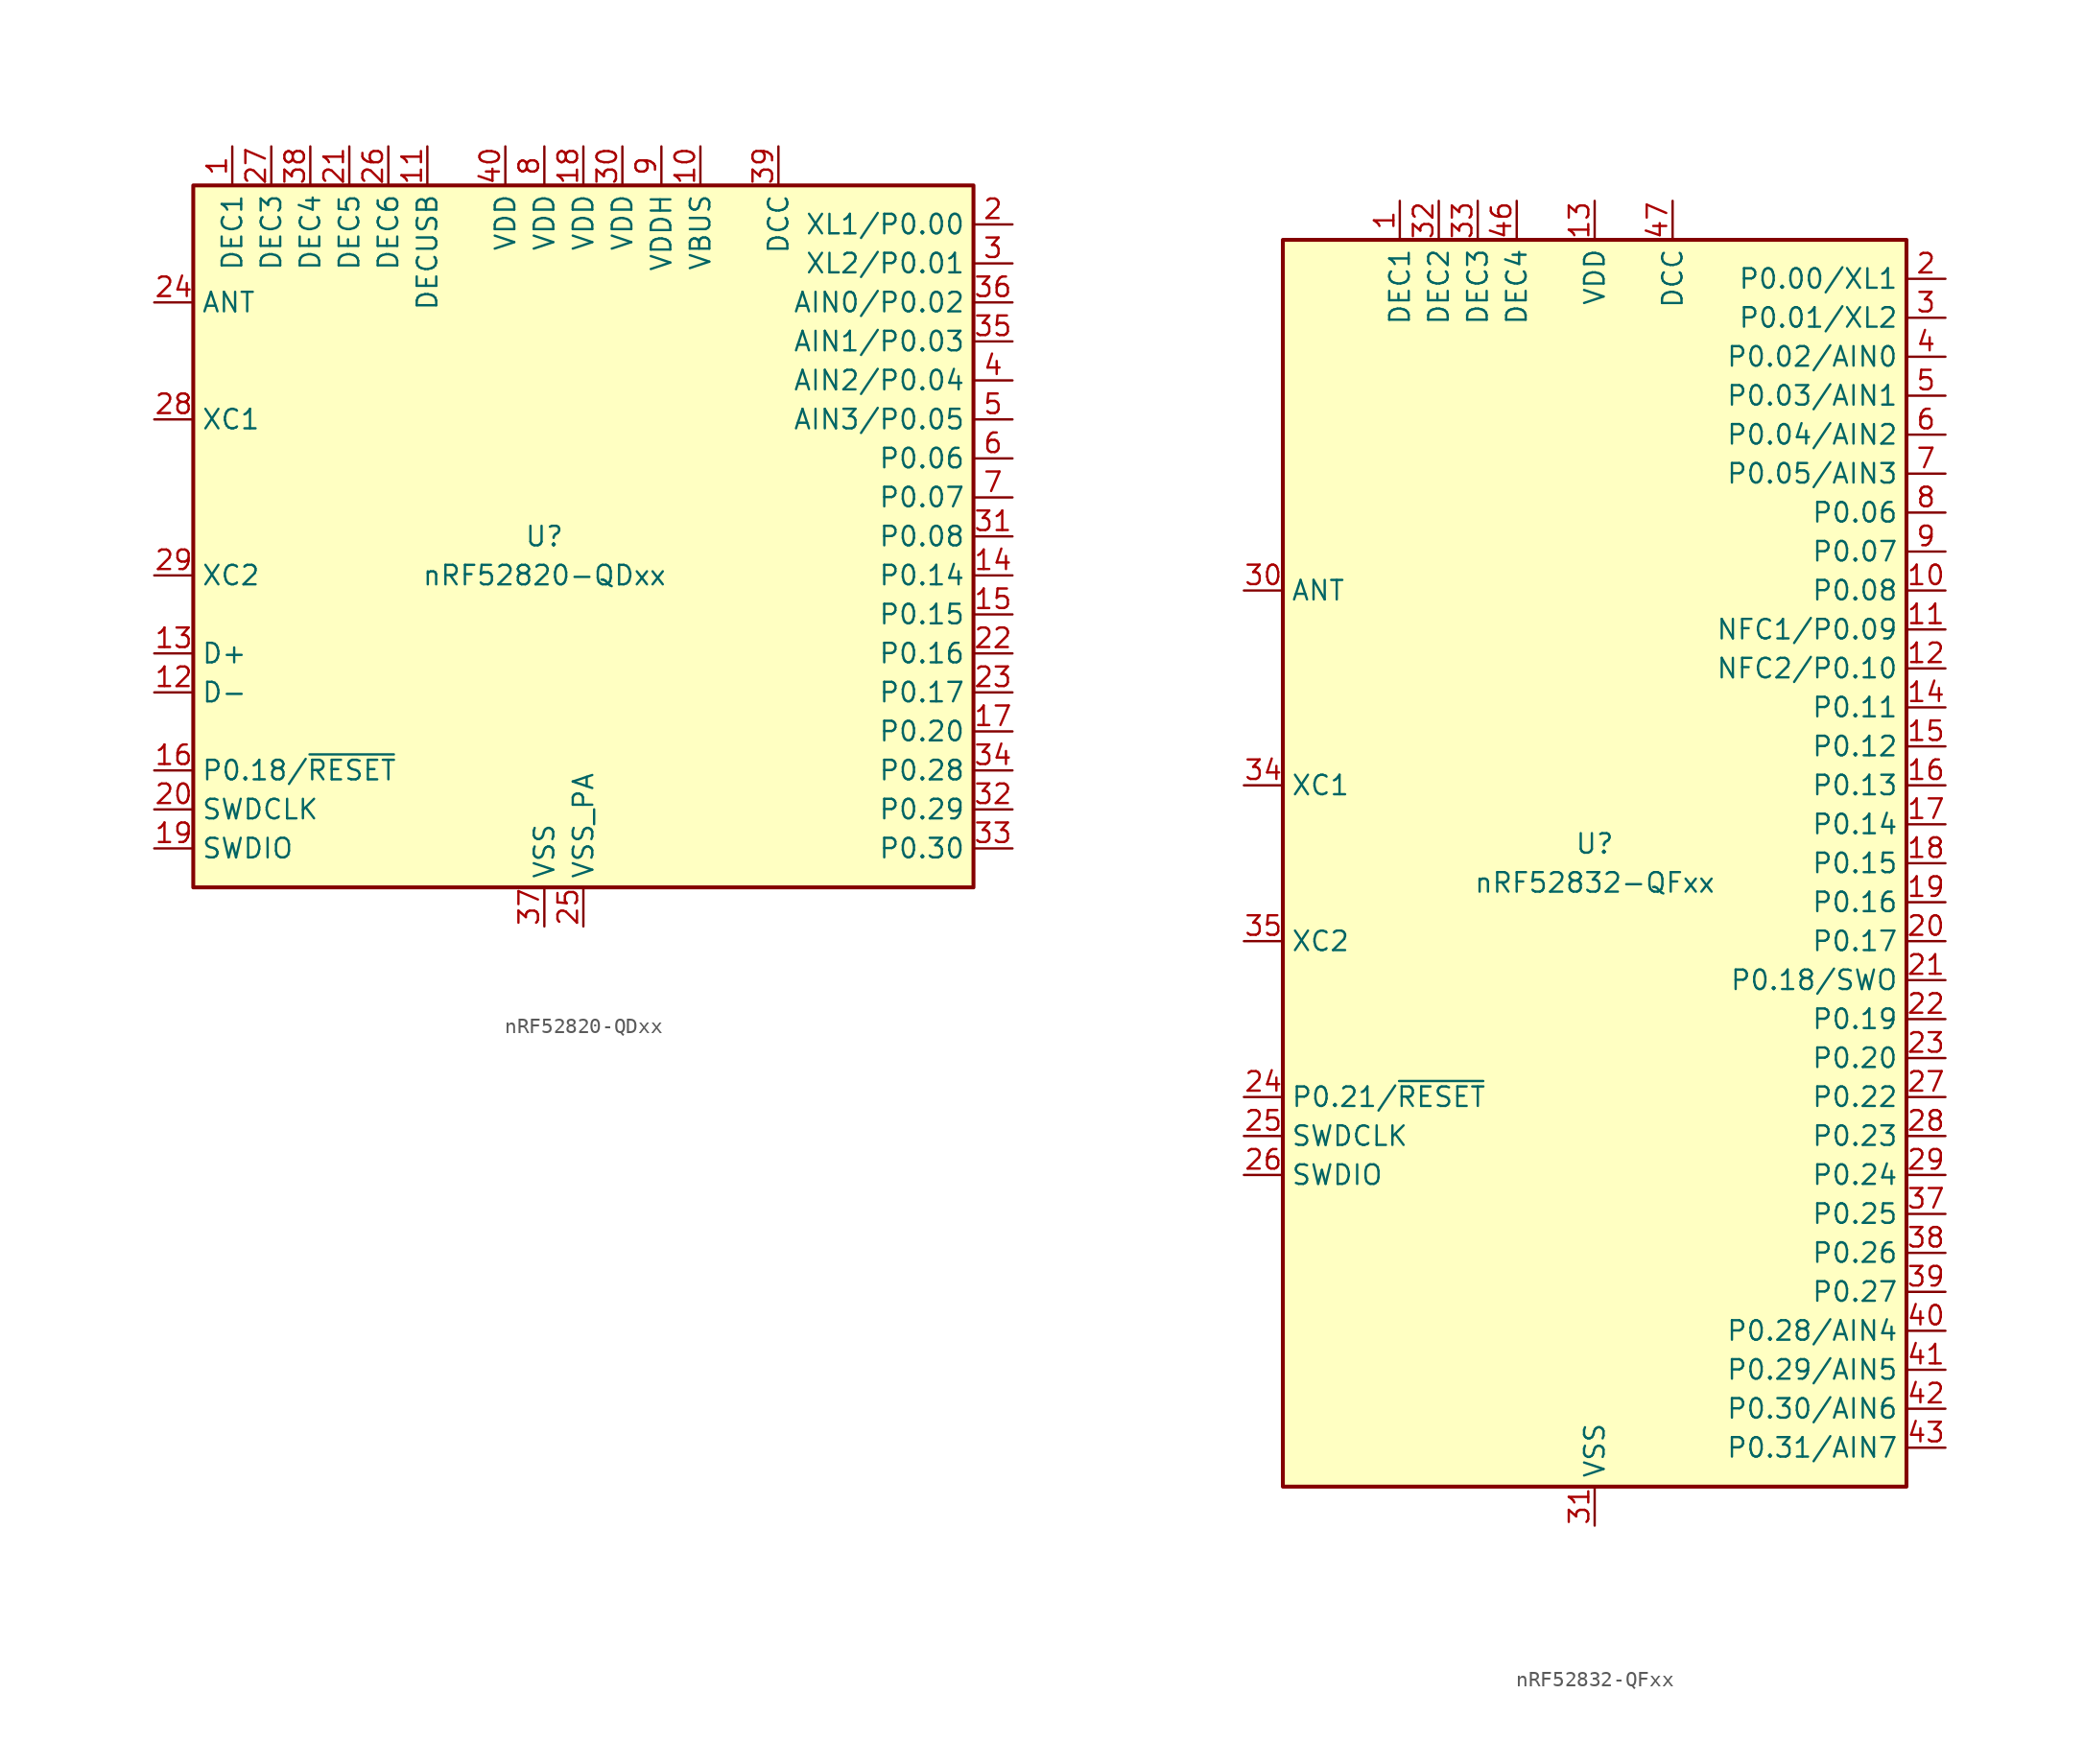
<source format=kicad_sym>
(kicad_symbol_lib
  (version 20220914)
  (generator kicad_symbol_editor)
  (symbol "nRF52820-QDxx"
    (property "Reference" "U"
      (at -2.54 0 0)
      (effects (font (size 1.27 1.27))))
    (property "Value" "nRF52820-QDxx"
      (at -2.54 -2.54 0)
      (effects (font (size 1.27 1.27))))
    (symbol "nRF52820-QDxx_0_1"
      (rectangle (start -25.4 22.86) (end 25.4 -22.86) (stroke (width 0.254) (type default)) (fill (type background))))
    (symbol "nRF52820-QDxx_1_1"
      (pin passive line (at -22.86 25.4 270) (length 2.54) (name "DEC1" (effects (font (size 1.27 1.27)))) (number "1" (effects (font (size 1.27 1.27)))))
      (pin power_in line (at 7.62 25.4 270) (length 2.54) (name "VBUS" (effects (font (size 1.27 1.27)))) (number "10" (effects (font (size 1.27 1.27)))))
      (pin passive line (at -10.16 25.4 270) (length 2.54) (name "DECUSB" (effects (font (size 1.27 1.27)))) (number "11" (effects (font (size 1.27 1.27)))))
      (pin bidirectional line (at -27.94 -10.16 0) (length 2.54) (name "D-" (effects (font (size 1.27 1.27)))) (number "12" (effects (font (size 1.27 1.27)))))
      (pin bidirectional line (at -27.94 -7.62 0) (length 2.54) (name "D+" (effects (font (size 1.27 1.27)))) (number "13" (effects (font (size 1.27 1.27)))))
      (pin bidirectional line (at 27.94 -2.54 180) (length 2.54) (name "P0.14" (effects (font (size 1.27 1.27)))) (number "14" (effects (font (size 1.27 1.27)))))
      (pin bidirectional line (at 27.94 -5.08 180) (length 2.54) (name "P0.15" (effects (font (size 1.27 1.27)))) (number "15" (effects (font (size 1.27 1.27)))))
      (pin bidirectional line (at -27.94 -15.24 0) (length 2.54) (name "P0.18/~{RESET}" (effects (font (size 1.27 1.27)))) (number "16" (effects (font (size 1.27 1.27)))))
      (pin bidirectional line (at 27.94 -12.7 180) (length 2.54) (name "P0.20" (effects (font (size 1.27 1.27)))) (number "17" (effects (font (size 1.27 1.27)))))
      (pin power_in line (at 0 25.4 270) (length 2.54) (name "VDD" (effects (font (size 1.27 1.27)))) (number "18" (effects (font (size 1.27 1.27)))))
      (pin bidirectional line (at -27.94 -20.32 0) (length 2.54) (name "SWDIO" (effects (font (size 1.27 1.27)))) (number "19" (effects (font (size 1.27 1.27)))))
      (pin bidirectional line (at 27.94 20.32 180) (length 2.54) (name "XL1/P0.00" (effects (font (size 1.27 1.27)))) (number "2" (effects (font (size 1.27 1.27)))))
      (pin input line (at -27.94 -17.78 0) (length 2.54) (name "SWDCLK" (effects (font (size 1.27 1.27)))) (number "20" (effects (font (size 1.27 1.27)))))
      (pin passive line (at -15.24 25.4 270) (length 2.54) (name "DEC5" (effects (font (size 1.27 1.27)))) (number "21" (effects (font (size 1.27 1.27)))))
      (pin bidirectional line (at 27.94 -7.62 180) (length 2.54) (name "P0.16" (effects (font (size 1.27 1.27)))) (number "22" (effects (font (size 1.27 1.27)))))
      (pin bidirectional line (at 27.94 -10.16 180) (length 2.54) (name "P0.17" (effects (font (size 1.27 1.27)))) (number "23" (effects (font (size 1.27 1.27)))))
      (pin passive line (at -27.94 15.24 0) (length 2.54) (name "ANT" (effects (font (size 1.27 1.27)))) (number "24" (effects (font (size 1.27 1.27)))))
      (pin power_in line (at 0 -25.4 90) (length 2.54) (name "VSS_PA" (effects (font (size 1.27 1.27)))) (number "25" (effects (font (size 1.27 1.27)))))
      (pin passive line (at -12.7 25.4 270) (length 2.54) (name "DEC6" (effects (font (size 1.27 1.27)))) (number "26" (effects (font (size 1.27 1.27)))))
      (pin passive line (at -20.32 25.4 270) (length 2.54) (name "DEC3" (effects (font (size 1.27 1.27)))) (number "27" (effects (font (size 1.27 1.27)))))
      (pin input line (at -27.94 7.62 0) (length 2.54) (name "XC1" (effects (font (size 1.27 1.27)))) (number "28" (effects (font (size 1.27 1.27)))))
      (pin input line (at -27.94 -2.54 0) (length 2.54) (name "XC2" (effects (font (size 1.27 1.27)))) (number "29" (effects (font (size 1.27 1.27)))))
      (pin bidirectional line (at 27.94 17.78 180) (length 2.54) (name "XL2/P0.01" (effects (font (size 1.27 1.27)))) (number "3" (effects (font (size 1.27 1.27)))))
      (pin power_in line (at 2.54 25.4 270) (length 2.54) (name "VDD" (effects (font (size 1.27 1.27)))) (number "30" (effects (font (size 1.27 1.27)))))
      (pin bidirectional line (at 27.94 0 180) (length 2.54) (name "P0.08" (effects (font (size 1.27 1.27)))) (number "31" (effects (font (size 1.27 1.27)))))
      (pin bidirectional line (at 27.94 -17.78 180) (length 2.54) (name "P0.29" (effects (font (size 1.27 1.27)))) (number "32" (effects (font (size 1.27 1.27)))))
      (pin bidirectional line (at 27.94 -20.32 180) (length 2.54) (name "P0.30" (effects (font (size 1.27 1.27)))) (number "33" (effects (font (size 1.27 1.27)))))
      (pin bidirectional line (at 27.94 -15.24 180) (length 2.54) (name "P0.28" (effects (font (size 1.27 1.27)))) (number "34" (effects (font (size 1.27 1.27)))))
      (pin bidirectional line (at 27.94 12.7 180) (length 2.54) (name "AIN1/P0.03" (effects (font (size 1.27 1.27)))) (number "35" (effects (font (size 1.27 1.27)))))
      (pin bidirectional line (at 27.94 15.24 180) (length 2.54) (name "AIN0/P0.02" (effects (font (size 1.27 1.27)))) (number "36" (effects (font (size 1.27 1.27)))))
      (pin power_in line (at -2.54 -25.4 90) (length 2.54) (name "VSS" (effects (font (size 1.27 1.27)))) (number "37" (effects (font (size 1.27 1.27)))))
      (pin passive line (at -17.78 25.4 270) (length 2.54) (name "DEC4" (effects (font (size 1.27 1.27)))) (number "38" (effects (font (size 1.27 1.27)))))
      (pin power_out line (at 12.7 25.4 270) (length 2.54) (name "DCC" (effects (font (size 1.27 1.27)))) (number "39" (effects (font (size 1.27 1.27)))))
      (pin bidirectional line (at 27.94 10.16 180) (length 2.54) (name "AIN2/P0.04" (effects (font (size 1.27 1.27)))) (number "4" (effects (font (size 1.27 1.27)))))
      (pin power_in line (at -5.08 25.4 270) (length 2.54) (name "VDD" (effects (font (size 1.27 1.27)))) (number "40" (effects (font (size 1.27 1.27)))))
      (pin passive line (at -2.54 -25.4 90) (length 2.54) hide (name "VSS" (effects (font (size 1.27 1.27)))) (number "41" (effects (font (size 1.27 1.27)))))
      (pin bidirectional line (at 27.94 7.62 180) (length 2.54) (name "AIN3/P0.05" (effects (font (size 1.27 1.27)))) (number "5" (effects (font (size 1.27 1.27)))))
      (pin bidirectional line (at 27.94 5.08 180) (length 2.54) (name "P0.06" (effects (font (size 1.27 1.27)))) (number "6" (effects (font (size 1.27 1.27)))))
      (pin bidirectional line (at 27.94 2.54 180) (length 2.54) (name "P0.07" (effects (font (size 1.27 1.27)))) (number "7" (effects (font (size 1.27 1.27)))))
      (pin power_in line (at -2.54 25.4 270) (length 2.54) (name "VDD" (effects (font (size 1.27 1.27)))) (number "8" (effects (font (size 1.27 1.27)))))
      (pin power_in line (at 5.08 25.4 270) (length 2.54) (name "VDDH" (effects (font (size 1.27 1.27)))) (number "9" (effects (font (size 1.27 1.27)))))))
  (symbol "nRF52832-QFxx"
    (property "Reference" "U"
      (at 0 1.27 0)
      (effects (font (size 1.27 1.27))))
    (property "Value" "nRF52832-QFxx"
      (at 0 -1.27 0)
      (effects (font (size 1.27 1.27))))
    (symbol "nRF52832-QFxx_0_1"
      (rectangle (start -20.32 40.64) (end 20.32 -40.64) (stroke (width 0.254) (type default)) (fill (type background))))
    (symbol "nRF52832-QFxx_1_1"
      (pin passive line (at -12.7 43.18 270) (length 2.54) (name "DEC1" (effects (font (size 1.27 1.27)))) (number "1" (effects (font (size 1.27 1.27)))))
      (pin bidirectional line (at 22.86 17.78 180) (length 2.54) (name "P0.08" (effects (font (size 1.27 1.27)))) (number "10" (effects (font (size 1.27 1.27)))))
      (pin bidirectional line (at 22.86 15.24 180) (length 2.54) (name "NFC1/P0.09" (effects (font (size 1.27 1.27)))) (number "11" (effects (font (size 1.27 1.27)))))
      (pin bidirectional line (at 22.86 12.7 180) (length 2.54) (name "NFC2/P0.10" (effects (font (size 1.27 1.27)))) (number "12" (effects (font (size 1.27 1.27)))))
      (pin power_in line (at 0 43.18 270) (length 2.54) (name "VDD" (effects (font (size 1.27 1.27)))) (number "13" (effects (font (size 1.27 1.27)))))
      (pin bidirectional line (at 22.86 10.16 180) (length 2.54) (name "P0.11" (effects (font (size 1.27 1.27)))) (number "14" (effects (font (size 1.27 1.27)))))
      (pin bidirectional line (at 22.86 7.62 180) (length 2.54) (name "P0.12" (effects (font (size 1.27 1.27)))) (number "15" (effects (font (size 1.27 1.27)))))
      (pin bidirectional line (at 22.86 5.08 180) (length 2.54) (name "P0.13" (effects (font (size 1.27 1.27)))) (number "16" (effects (font (size 1.27 1.27)))))
      (pin bidirectional line (at 22.86 2.54 180) (length 2.54) (name "P0.14" (effects (font (size 1.27 1.27)))) (number "17" (effects (font (size 1.27 1.27)))))
      (pin bidirectional line (at 22.86 0 180) (length 2.54) (name "P0.15" (effects (font (size 1.27 1.27)))) (number "18" (effects (font (size 1.27 1.27)))))
      (pin bidirectional line (at 22.86 -2.54 180) (length 2.54) (name "P0.16" (effects (font (size 1.27 1.27)))) (number "19" (effects (font (size 1.27 1.27)))))
      (pin bidirectional line (at 22.86 38.1 180) (length 2.54) (name "P0.00/XL1" (effects (font (size 1.27 1.27)))) (number "2" (effects (font (size 1.27 1.27)))))
      (pin bidirectional line (at 22.86 -5.08 180) (length 2.54) (name "P0.17" (effects (font (size 1.27 1.27)))) (number "20" (effects (font (size 1.27 1.27)))))
      (pin bidirectional line (at 22.86 -7.62 180) (length 2.54) (name "P0.18/SWO" (effects (font (size 1.27 1.27)))) (number "21" (effects (font (size 1.27 1.27)))))
      (pin bidirectional line (at 22.86 -10.16 180) (length 2.54) (name "P0.19" (effects (font (size 1.27 1.27)))) (number "22" (effects (font (size 1.27 1.27)))))
      (pin bidirectional line (at 22.86 -12.7 180) (length 2.54) (name "P0.20" (effects (font (size 1.27 1.27)))) (number "23" (effects (font (size 1.27 1.27)))))
      (pin bidirectional line (at -22.86 -15.24 0) (length 2.54) (name "P0.21/~{RESET}" (effects (font (size 1.27 1.27)))) (number "24" (effects (font (size 1.27 1.27)))))
      (pin input line (at -22.86 -17.78 0) (length 2.54) (name "SWDCLK" (effects (font (size 1.27 1.27)))) (number "25" (effects (font (size 1.27 1.27)))))
      (pin bidirectional line (at -22.86 -20.32 0) (length 2.54) (name "SWDIO" (effects (font (size 1.27 1.27)))) (number "26" (effects (font (size 1.27 1.27)))))
      (pin bidirectional line (at 22.86 -15.24 180) (length 2.54) (name "P0.22" (effects (font (size 1.27 1.27)))) (number "27" (effects (font (size 1.27 1.27)))))
      (pin bidirectional line (at 22.86 -17.78 180) (length 2.54) (name "P0.23" (effects (font (size 1.27 1.27)))) (number "28" (effects (font (size 1.27 1.27)))))
      (pin bidirectional line (at 22.86 -20.32 180) (length 2.54) (name "P0.24" (effects (font (size 1.27 1.27)))) (number "29" (effects (font (size 1.27 1.27)))))
      (pin bidirectional line (at 22.86 35.56 180) (length 2.54) (name "P0.01/XL2" (effects (font (size 1.27 1.27)))) (number "3" (effects (font (size 1.27 1.27)))))
      (pin passive line (at -22.86 17.78 0) (length 2.54) (name "ANT" (effects (font (size 1.27 1.27)))) (number "30" (effects (font (size 1.27 1.27)))))
      (pin power_in line (at 0 -43.18 90) (length 2.54) (name "VSS" (effects (font (size 1.27 1.27)))) (number "31" (effects (font (size 1.27 1.27)))))
      (pin passive line (at -10.16 43.18 270) (length 2.54) (name "DEC2" (effects (font (size 1.27 1.27)))) (number "32" (effects (font (size 1.27 1.27)))))
      (pin passive line (at -7.62 43.18 270) (length 2.54) (name "DEC3" (effects (font (size 1.27 1.27)))) (number "33" (effects (font (size 1.27 1.27)))))
      (pin input line (at -22.86 5.08 0) (length 2.54) (name "XC1" (effects (font (size 1.27 1.27)))) (number "34" (effects (font (size 1.27 1.27)))))
      (pin input line (at -22.86 -5.08 0) (length 2.54) (name "XC2" (effects (font (size 1.27 1.27)))) (number "35" (effects (font (size 1.27 1.27)))))
      (pin passive line (at 0 43.18 270) (length 2.54) hide (name "VDD" (effects (font (size 1.27 1.27)))) (number "36" (effects (font (size 1.27 1.27)))))
      (pin bidirectional line (at 22.86 -22.86 180) (length 2.54) (name "P0.25" (effects (font (size 1.27 1.27)))) (number "37" (effects (font (size 1.27 1.27)))))
      (pin bidirectional line (at 22.86 -25.4 180) (length 2.54) (name "P0.26" (effects (font (size 1.27 1.27)))) (number "38" (effects (font (size 1.27 1.27)))))
      (pin bidirectional line (at 22.86 -27.94 180) (length 2.54) (name "P0.27" (effects (font (size 1.27 1.27)))) (number "39" (effects (font (size 1.27 1.27)))))
      (pin bidirectional line (at 22.86 33.02 180) (length 2.54) (name "P0.02/AIN0" (effects (font (size 1.27 1.27)))) (number "4" (effects (font (size 1.27 1.27)))))
      (pin bidirectional line (at 22.86 -30.48 180) (length 2.54) (name "P0.28/AIN4" (effects (font (size 1.27 1.27)))) (number "40" (effects (font (size 1.27 1.27)))))
      (pin bidirectional line (at 22.86 -33.02 180) (length 2.54) (name "P0.29/AIN5" (effects (font (size 1.27 1.27)))) (number "41" (effects (font (size 1.27 1.27)))))
      (pin bidirectional line (at 22.86 -35.56 180) (length 2.54) (name "P0.30/AIN6" (effects (font (size 1.27 1.27)))) (number "42" (effects (font (size 1.27 1.27)))))
      (pin bidirectional line (at 22.86 -38.1 180) (length 2.54) (name "P0.31/AIN7" (effects (font (size 1.27 1.27)))) (number "43" (effects (font (size 1.27 1.27)))))
      (pin no_connect line (at -20.32 -30.48 0) (length 2.54) hide (name "NC" (effects (font (size 1.27 1.27)))) (number "44" (effects (font (size 1.27 1.27)))))
      (pin passive line (at 0 -43.18 90) (length 2.54) hide (name "VSS" (effects (font (size 1.27 1.27)))) (number "45" (effects (font (size 1.27 1.27)))))
      (pin passive line (at -5.08 43.18 270) (length 2.54) (name "DEC4" (effects (font (size 1.27 1.27)))) (number "46" (effects (font (size 1.27 1.27)))))
      (pin power_out line (at 5.08 43.18 270) (length 2.54) (name "DCC" (effects (font (size 1.27 1.27)))) (number "47" (effects (font (size 1.27 1.27)))))
      (pin passive line (at 0 43.18 270) (length 2.54) hide (name "VDD" (effects (font (size 1.27 1.27)))) (number "48" (effects (font (size 1.27 1.27)))))
      (pin passive line (at 0 -43.18 90) (length 2.54) hide (name "VSS" (effects (font (size 1.27 1.27)))) (number "49" (effects (font (size 1.27 1.27)))))
      (pin bidirectional line (at 22.86 30.48 180) (length 2.54) (name "P0.03/AIN1" (effects (font (size 1.27 1.27)))) (number "5" (effects (font (size 1.27 1.27)))))
      (pin bidirectional line (at 22.86 27.94 180) (length 2.54) (name "P0.04/AIN2" (effects (font (size 1.27 1.27)))) (number "6" (effects (font (size 1.27 1.27)))))
      (pin bidirectional line (at 22.86 25.4 180) (length 2.54) (name "P0.05/AIN3" (effects (font (size 1.27 1.27)))) (number "7" (effects (font (size 1.27 1.27)))))
      (pin bidirectional line (at 22.86 22.86 180) (length 2.54) (name "P0.06" (effects (font (size 1.27 1.27)))) (number "8" (effects (font (size 1.27 1.27)))))
      (pin bidirectional line (at 22.86 20.32 180) (length 2.54) (name "P0.07" (effects (font (size 1.27 1.27)))) (number "9" (effects (font (size 1.27 1.27))))))))
</source>
